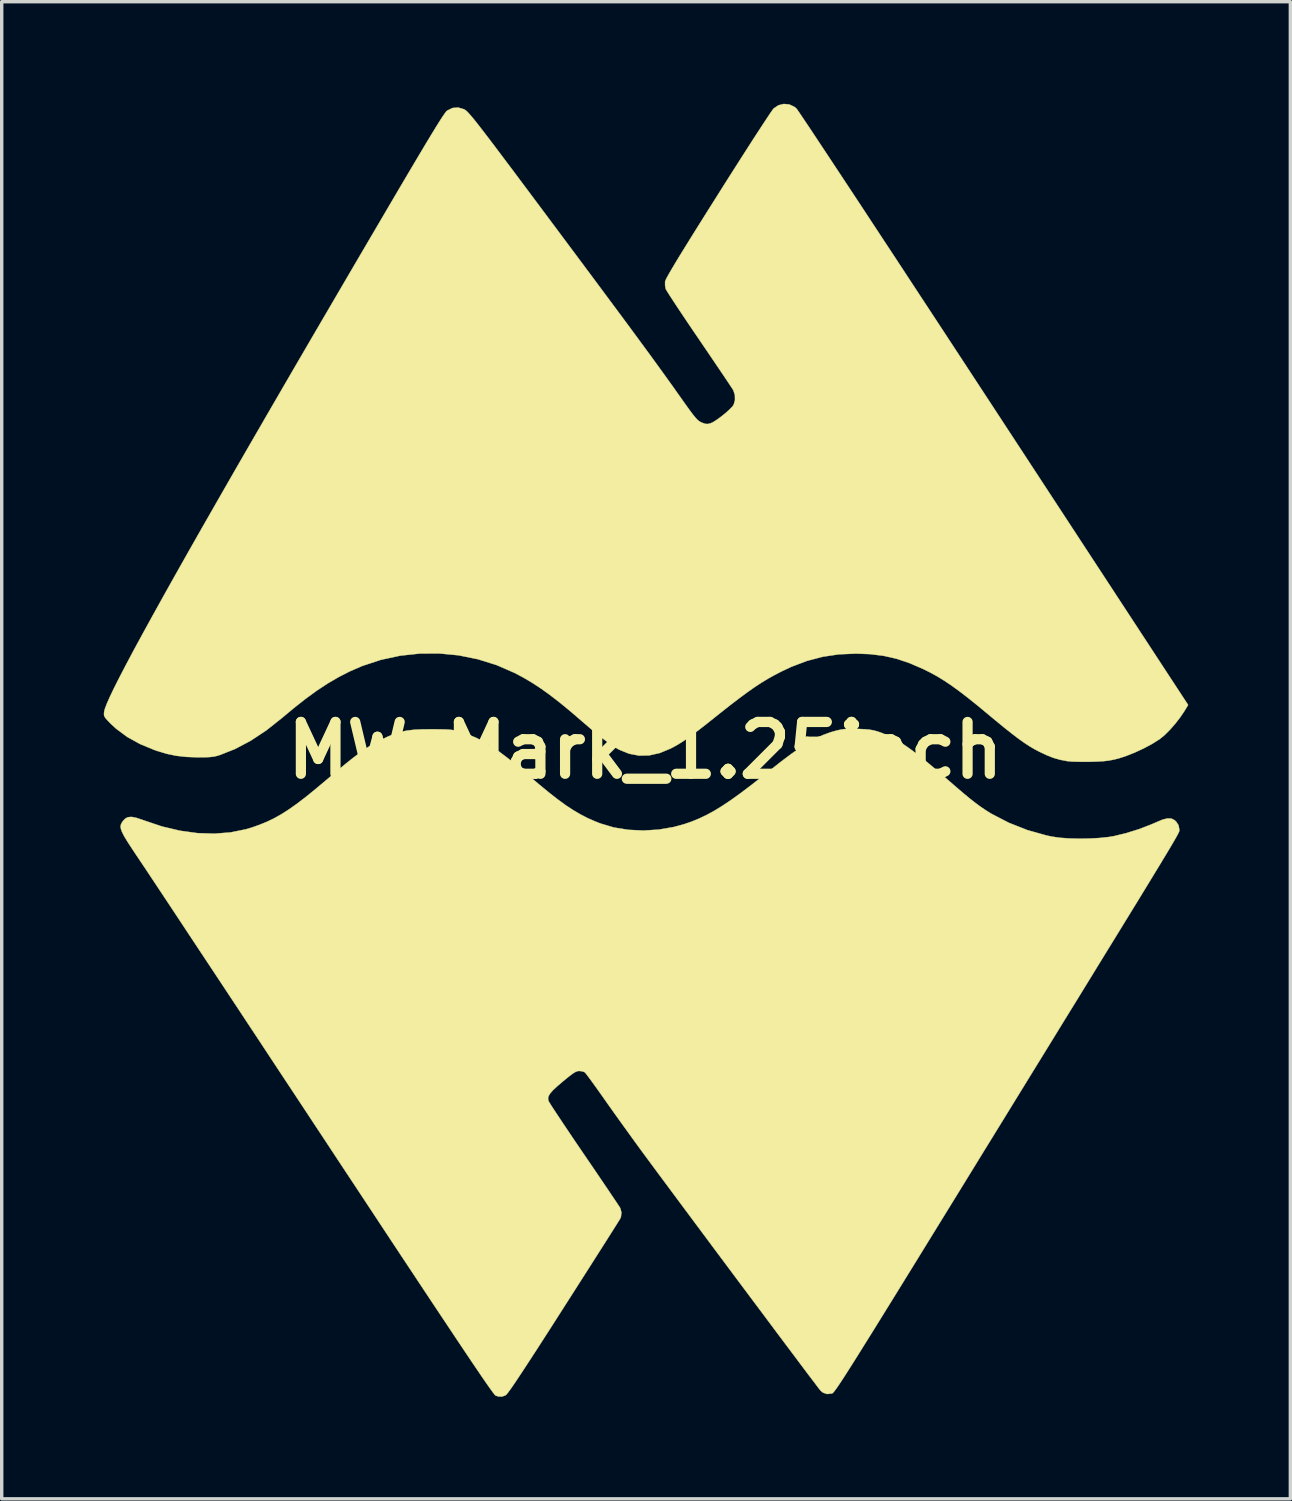
<source format=kicad_pcb>
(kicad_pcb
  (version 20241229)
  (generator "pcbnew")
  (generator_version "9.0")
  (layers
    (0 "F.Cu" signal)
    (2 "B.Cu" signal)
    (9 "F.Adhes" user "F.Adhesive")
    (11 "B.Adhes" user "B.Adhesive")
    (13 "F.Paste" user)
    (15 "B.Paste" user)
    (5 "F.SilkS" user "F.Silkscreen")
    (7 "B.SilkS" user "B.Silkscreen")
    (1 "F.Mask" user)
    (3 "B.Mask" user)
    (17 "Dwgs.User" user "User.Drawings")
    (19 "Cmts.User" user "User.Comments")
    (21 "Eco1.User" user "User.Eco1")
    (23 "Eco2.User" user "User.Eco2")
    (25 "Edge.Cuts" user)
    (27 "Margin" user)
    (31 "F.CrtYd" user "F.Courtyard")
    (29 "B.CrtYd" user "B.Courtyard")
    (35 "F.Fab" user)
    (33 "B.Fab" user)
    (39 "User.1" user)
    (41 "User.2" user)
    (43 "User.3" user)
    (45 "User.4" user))
  (footprint "MW_Mark_1.25inch"
    (layer "F.Cu")
    (at 15.917 19.003)
    (property "Reference" "MW_Mark_1.25inch" (at 0 0 0) (layer "F.SilkS") (effects (font (size 1.524 1.524) (thickness 0.3))))
    (attr through_hole)
    (fp_poly (pts (xy 4.231 -18.983) (xy 4.381 -18.913) (xy 4.439 -18.865) (xy 4.465 -18.831) (xy 4.524 -18.745) (xy 4.615 -18.61) (xy 4.737 -18.428) (xy 4.889 -18.201) (xy 5.068 -17.93) (xy 5.275 -17.618) (xy 5.507 -17.267) (xy 5.764 -16.878) (xy 6.043 -16.455) (xy 6.345 -15.998) (xy 6.666 -15.509) (xy 7.006 -14.992) (xy 7.365 -14.447) (xy 7.739 -13.877) (xy 8.128 -13.284) (xy 8.532 -12.669) (xy 8.947 -12.036) (xy 9.374 -11.385) (xy 9.81 -10.719) (xy 10.249 -10.049) (xy 15.953 -1.334) (xy 15.846 -1.157) (xy 15.723 -0.974) (xy 15.575 -0.783) (xy 15.416 -0.602) (xy 15.258 -0.445) (xy 15.117 -0.329) (xy 15.114 -0.328) (xy 14.898 -0.191) (xy 14.645 -0.056) (xy 14.375 0.069) (xy 14.112 0.173) (xy 13.894 0.242) (xy 13.747 0.277) (xy 13.61 0.302) (xy 13.465 0.319) (xy 13.292 0.329) (xy 13.082 0.336) (xy 12.893 0.338) (xy 12.71 0.335) (xy 12.55 0.33) (xy 12.43 0.321) (xy 12.399 0.317) (xy 12.191 0.277) (xy 11.998 0.222) (xy 11.799 0.144) (xy 11.57 0.036) (xy 11.565 0.033) (xy 11.426 -0.041) (xy 11.284 -0.125) (xy 11.132 -0.225) (xy 10.965 -0.344) (xy 10.775 -0.489) (xy 10.555 -0.663) (xy 10.3 -0.872) (xy 10.093 -1.044) (xy 9.77 -1.312) (xy 9.486 -1.54) (xy 9.233 -1.735) (xy 9.004 -1.901) (xy 8.791 -2.044) (xy 8.588 -2.169) (xy 8.387 -2.28) (xy 8.181 -2.383) (xy 8.175 -2.386) (xy 7.769 -2.562) (xy 7.383 -2.692) (xy 6.999 -2.779) (xy 6.599 -2.828) (xy 6.191 -2.843) (xy 5.69 -2.822) (xy 5.214 -2.751) (xy 4.75 -2.629) (xy 4.286 -2.453) (xy 4 -2.318) (xy 3.798 -2.213) (xy 3.604 -2.105) (xy 3.411 -1.988) (xy 3.211 -1.857) (xy 2.997 -1.706) (xy 2.76 -1.531) (xy 2.493 -1.327) (xy 2.189 -1.087) (xy 2.069 -0.991) (xy 1.805 -0.781) (xy 1.581 -0.606) (xy 1.391 -0.463) (xy 1.227 -0.345) (xy 1.083 -0.248) (xy 0.95 -0.166) (xy 0.821 -0.094) (xy 0.74 -0.052) (xy 0.423 0.079) (xy 0.117 0.148) (xy -0.183 0.155) (xy -0.477 0.099) (xy -0.765 -0.017) (xy -0.91 -0.101) (xy -1.092 -0.227) (xy -1.305 -0.388) (xy -1.543 -0.581) (xy -1.798 -0.799) (xy -1.813 -0.812) (xy -2.171 -1.121) (xy -2.495 -1.388) (xy -2.791 -1.618) (xy -3.069 -1.818) (xy -3.334 -1.991) (xy -3.595 -2.145) (xy -3.846 -2.277) (xy -4.376 -2.508) (xy -4.926 -2.679) (xy -5.49 -2.793) (xy -6.062 -2.848) (xy -6.636 -2.844) (xy -7.207 -2.782) (xy -7.77 -2.661) (xy -8.317 -2.481) (xy -8.683 -2.323) (xy -9.004 -2.159) (xy -9.323 -1.974) (xy -9.646 -1.762) (xy -9.984 -1.516) (xy -10.345 -1.231) (xy -10.679 -0.952) (xy -11.142 -0.585) (xy -11.602 -0.281) (xy -12.058 -0.04) (xy -12.493 0.133) (xy -12.594 0.164) (xy -12.69 0.185) (xy -12.796 0.197) (xy -12.929 0.203) (xy -13.105 0.205) (xy -13.162 0.205) (xy -13.492 0.193) (xy -13.786 0.16) (xy -14.069 0.101) (xy -14.364 0.012) (xy -14.419 -0.007) (xy -14.848 -0.184) (xy -15.225 -0.392) (xy -15.551 -0.633) (xy -15.72 -0.789) (xy -15.815 -0.888) (xy -15.874 -0.957) (xy -15.904 -1.01) (xy -15.912 -1.063) (xy -15.907 -1.129) (xy -15.907 -1.132) (xy -15.882 -1.228) (xy -15.825 -1.377) (xy -15.735 -1.58) (xy -15.612 -1.836) (xy -15.455 -2.147) (xy -15.266 -2.511) (xy -15.044 -2.929) (xy -14.788 -3.4) (xy -14.499 -3.926) (xy -14.178 -4.505) (xy -13.823 -5.139) (xy -13.435 -5.826) (xy -13.014 -6.567) (xy -12.559 -7.362) (xy -12.072 -8.211) (xy -11.551 -9.114) (xy -10.997 -10.071) (xy -10.41 -11.082) (xy -9.789 -12.148) (xy -9.135 -13.267) (xy -8.448 -14.441) (xy -7.728 -15.668) (xy -7.303 -16.392) (xy -7.039 -16.84) (xy -6.805 -17.235) (xy -6.6 -17.58) (xy -6.423 -17.877) (xy -6.271 -18.127) (xy -6.144 -18.335) (xy -6.04 -18.501) (xy -5.958 -18.628) (xy -5.895 -18.719) (xy -5.852 -18.777) (xy -5.827 -18.801) (xy -5.667 -18.879) (xy -5.504 -18.893) (xy -5.336 -18.844) (xy -5.324 -18.838) (xy -5.3 -18.824) (xy -5.272 -18.804) (xy -5.239 -18.775) (xy -5.199 -18.734) (xy -5.149 -18.678) (xy -5.087 -18.606) (xy -5.012 -18.514) (xy -4.921 -18.399) (xy -4.812 -18.259) (xy -4.683 -18.091) (xy -4.532 -17.893) (xy -4.357 -17.661) (xy -4.156 -17.394) (xy -3.926 -17.088) (xy -3.666 -16.74) (xy -3.373 -16.348) (xy -3.046 -15.91) (xy -2.824 -15.612) (xy -2.404 -15.049) (xy -2.019 -14.533) (xy -1.668 -14.062) (xy -1.348 -13.632) (xy -1.057 -13.24) (xy -0.792 -12.883) (xy -0.551 -12.558) (xy -0.332 -12.261) (xy -0.132 -11.989) (xy 0.051 -11.74) (xy 0.22 -11.509) (xy 0.376 -11.293) (xy 0.523 -11.09) (xy 0.662 -10.897) (xy 0.797 -10.709) (xy 0.928 -10.523) (xy 1.053 -10.347) (xy 1.198 -10.143) (xy 1.312 -9.985) (xy 1.402 -9.865) (xy 1.473 -9.779) (xy 1.529 -9.718) (xy 1.578 -9.677) (xy 1.625 -9.648) (xy 1.652 -9.636) (xy 1.75 -9.598) (xy 1.828 -9.591) (xy 1.913 -9.61) (xy 1.997 -9.649) (xy 2.109 -9.722) (xy 2.237 -9.815) (xy 2.364 -9.918) (xy 2.477 -10.02) (xy 2.561 -10.107) (xy 2.596 -10.157) (xy 2.635 -10.292) (xy 2.632 -10.444) (xy 2.587 -10.582) (xy 2.585 -10.586) (xy 2.557 -10.63) (xy 2.496 -10.722) (xy 2.407 -10.856) (xy 2.293 -11.026) (xy 2.156 -11.228) (xy 2.002 -11.456) (xy 1.833 -11.705) (xy 1.654 -11.969) (xy 1.582 -12.075) (xy 1.399 -12.343) (xy 1.227 -12.598) (xy 1.068 -12.835) (xy 0.927 -13.047) (xy 0.807 -13.23) (xy 0.71 -13.379) (xy 0.642 -13.487) (xy 0.604 -13.551) (xy 0.599 -13.563) (xy 0.58 -13.662) (xy 0.58 -13.772) (xy 0.581 -13.779) (xy 0.595 -13.818) (xy 0.629 -13.888) (xy 0.687 -13.993) (xy 0.768 -14.133) (xy 0.874 -14.312) (xy 1.007 -14.531) (xy 1.168 -14.792) (xy 1.358 -15.099) (xy 1.579 -15.452) (xy 1.831 -15.854) (xy 2.117 -16.307) (xy 2.132 -16.331) (xy 2.359 -16.691) (xy 2.579 -17.037) (xy 2.788 -17.365) (xy 2.984 -17.671) (xy 3.164 -17.952) (xy 3.327 -18.202) (xy 3.468 -18.419) (xy 3.586 -18.597) (xy 3.677 -18.734) (xy 3.741 -18.825) (xy 3.772 -18.865) (xy 3.912 -18.959) (xy 4.07 -18.998) (xy 4.231 -18.983)) (stroke (width 0.01) (type solid)) (fill yes) (layer "F.SilkS"))
    (fp_poly (pts (xy 6.152 -0.633) (xy 6.268 -0.629) (xy 6.452 -0.62) (xy 6.593 -0.607) (xy 6.711 -0.586) (xy 6.825 -0.555) (xy 6.93 -0.519) (xy 7.107 -0.447) (xy 7.289 -0.357) (xy 7.481 -0.245) (xy 7.688 -0.108) (xy 7.917 0.058) (xy 8.172 0.258) (xy 8.458 0.495) (xy 8.782 0.773) (xy 8.885 0.862) (xy 9.143 1.086) (xy 9.361 1.272) (xy 9.549 1.427) (xy 9.713 1.555) (xy 9.861 1.664) (xy 10.001 1.758) (xy 10.139 1.845) (xy 10.171 1.864) (xy 10.685 2.13) (xy 11.23 2.345) (xy 11.794 2.503) (xy 11.952 2.536) (xy 12.178 2.569) (xy 12.449 2.589) (xy 12.746 2.597) (xy 13.051 2.592) (xy 13.346 2.576) (xy 13.613 2.548) (xy 13.774 2.521) (xy 14.136 2.433) (xy 14.514 2.315) (xy 14.875 2.176) (xy 15.024 2.111) (xy 15.206 2.035) (xy 15.35 2) (xy 15.463 2.006) (xy 15.555 2.052) (xy 15.602 2.097) (xy 15.672 2.203) (xy 15.692 2.316) (xy 15.693 2.327) (xy 15.694 2.336) (xy 15.696 2.344) (xy 15.696 2.353) (xy 15.694 2.366) (xy 15.689 2.383) (xy 15.679 2.406) (xy 15.664 2.438) (xy 15.643 2.479) (xy 15.614 2.532) (xy 15.577 2.598) (xy 15.53 2.679) (xy 15.473 2.776) (xy 15.405 2.892) (xy 15.323 3.028) (xy 15.228 3.185) (xy 15.119 3.367) (xy 14.993 3.573) (xy 14.851 3.806) (xy 14.691 4.068) (xy 14.513 4.36) (xy 14.314 4.684) (xy 14.095 5.041) (xy 13.854 5.434) (xy 13.589 5.864) (xy 13.301 6.333) (xy 12.988 6.843) (xy 12.649 7.395) (xy 12.282 7.99) (xy 11.888 8.632) (xy 11.464 9.32) (xy 11.01 10.058) (xy 10.525 10.847) (xy 10.007 11.688) (xy 9.994 11.708) (xy 9.539 12.449) (xy 9.115 13.138) (xy 8.722 13.776) (xy 8.359 14.365) (xy 8.025 14.908) (xy 7.718 15.406) (xy 7.437 15.861) (xy 7.181 16.275) (xy 6.948 16.651) (xy 6.739 16.989) (xy 6.55 17.292) (xy 6.382 17.561) (xy 6.233 17.8) (xy 6.102 18.008) (xy 5.987 18.189) (xy 5.888 18.345) (xy 5.803 18.476) (xy 5.731 18.586) (xy 5.671 18.676) (xy 5.621 18.747) (xy 5.581 18.803) (xy 5.549 18.844) (xy 5.525 18.872) (xy 5.506 18.891) (xy 5.492 18.9) (xy 5.487 18.902) (xy 5.342 18.919) (xy 5.218 18.876) (xy 5.148 18.816) (xy 5.12 18.781) (xy 5.056 18.697) (xy 4.96 18.57) (xy 4.833 18.403) (xy 4.679 18.199) (xy 4.501 17.961) (xy 4.301 17.694) (xy 4.081 17.401) (xy 3.844 17.085) (xy 3.594 16.75) (xy 3.332 16.399) (xy 3.061 16.037) (xy 2.784 15.667) (xy 2.504 15.291) (xy 2.223 14.915) (xy 1.944 14.541) (xy 1.67 14.172) (xy 1.403 13.814) (xy 1.146 13.468) (xy 0.901 13.139) (xy 0.672 12.83) (xy 0.46 12.545) (xy 0.269 12.287) (xy 0.101 12.06) (xy -0.041 11.868) (xy -0.108 11.777) (xy -0.288 11.53) (xy -0.489 11.252) (xy -0.698 10.962) (xy -0.903 10.676) (xy -1.091 10.411) (xy -1.205 10.249) (xy -1.342 10.055) (xy -1.469 9.877) (xy -1.581 9.722) (xy -1.673 9.597) (xy -1.74 9.509) (xy -1.777 9.465) (xy -1.78 9.462) (xy -1.845 9.436) (xy -1.936 9.423) (xy -1.942 9.423) (xy -1.993 9.429) (xy -2.049 9.45) (xy -2.12 9.492) (xy -2.215 9.562) (xy -2.344 9.665) (xy -2.419 9.727) (xy -2.591 9.874) (xy -2.716 9.991) (xy -2.799 10.086) (xy -2.845 10.164) (xy -2.859 10.234) (xy -2.847 10.301) (xy -2.844 10.309) (xy -2.82 10.351) (xy -2.764 10.441) (xy -2.678 10.573) (xy -2.566 10.742) (xy -2.432 10.944) (xy -2.278 11.173) (xy -2.109 11.425) (xy -1.927 11.693) (xy -1.792 11.891) (xy -1.603 12.168) (xy -1.424 12.431) (xy -1.259 12.675) (xy -1.11 12.894) (xy -0.982 13.085) (xy -0.877 13.241) (xy -0.799 13.358) (xy -0.751 13.431) (xy -0.737 13.454) (xy -0.703 13.579) (xy -0.717 13.712) (xy -0.737 13.76) (xy -0.759 13.797) (xy -0.813 13.883) (xy -0.896 14.015) (xy -1.006 14.189) (xy -1.141 14.402) (xy -1.298 14.649) (xy -1.475 14.927) (xy -1.669 15.232) (xy -1.878 15.559) (xy -2.099 15.906) (xy -2.331 16.268) (xy -2.395 16.369) (xy -2.689 16.829) (xy -2.951 17.237) (xy -3.182 17.596) (xy -3.384 17.907) (xy -3.558 18.173) (xy -3.705 18.396) (xy -3.827 18.579) (xy -3.925 18.723) (xy -4.002 18.83) (xy -4.058 18.904) (xy -4.095 18.945) (xy -4.108 18.955) (xy -4.213 18.994) (xy -4.317 18.99) (xy -4.399 18.966) (xy -4.414 18.952) (xy -4.443 18.918) (xy -4.487 18.861) (xy -4.546 18.78) (xy -4.622 18.673) (xy -4.715 18.539) (xy -4.827 18.376) (xy -4.958 18.183) (xy -5.11 17.958) (xy -5.284 17.699) (xy -5.48 17.406) (xy -5.7 17.076) (xy -5.945 16.708) (xy -6.216 16.301) (xy -6.514 15.852) (xy -6.839 15.361) (xy -7.194 14.826) (xy -7.578 14.245) (xy -7.993 13.616) (xy -8.44 12.939) (xy -8.921 12.212) (xy -9.361 11.544) (xy -9.78 10.91) (xy -10.193 10.283) (xy -10.6 9.668) (xy -10.998 9.065) (xy -11.385 8.478) (xy -11.761 7.909) (xy -12.123 7.361) (xy -12.47 6.836) (xy -12.801 6.336) (xy -13.113 5.865) (xy -13.405 5.424) (xy -13.675 5.015) (xy -13.921 4.643) (xy -14.143 4.308) (xy -14.338 4.014) (xy -14.505 3.762) (xy -14.642 3.556) (xy -14.747 3.398) (xy -14.819 3.291) (xy -14.826 3.281) (xy -14.999 3.023) (xy -15.138 2.812) (xy -15.247 2.642) (xy -15.327 2.506) (xy -15.381 2.398) (xy -15.412 2.314) (xy -15.423 2.246) (xy -15.416 2.189) (xy -15.393 2.137) (xy -15.358 2.084) (xy -15.354 2.078) (xy -15.284 2.004) (xy -15.203 1.964) (xy -15.1 1.956) (xy -14.966 1.982) (xy -14.789 2.04) (xy -14.734 2.06) (xy -14.205 2.238) (xy -13.68 2.362) (xy -13.167 2.433) (xy -12.669 2.449) (xy -12.191 2.412) (xy -11.739 2.32) (xy -11.57 2.27) (xy -11.34 2.188) (xy -11.123 2.1) (xy -10.913 1.999) (xy -10.702 1.881) (xy -10.484 1.742) (xy -10.25 1.577) (xy -9.994 1.382) (xy -9.709 1.151) (xy -9.387 0.881) (xy -9.334 0.837) (xy -9.047 0.593) (xy -8.798 0.387) (xy -8.583 0.216) (xy -8.393 0.073) (xy -8.222 -0.047) (xy -8.064 -0.148) (xy -7.911 -0.236) (xy -7.782 -0.302) (xy -7.562 -0.407) (xy -7.368 -0.486) (xy -7.185 -0.543) (xy -6.998 -0.582) (xy -6.792 -0.606) (xy -6.551 -0.617) (xy -6.286 -0.619) (xy -6.071 -0.618) (xy -5.907 -0.615) (xy -5.78 -0.609) (xy -5.678 -0.599) (xy -5.587 -0.582) (xy -5.496 -0.559) (xy -5.395 -0.529) (xy -5.177 -0.455) (xy -4.965 -0.365) (xy -4.753 -0.256) (xy -4.532 -0.123) (xy -4.297 0.038) (xy -4.039 0.233) (xy -3.752 0.466) (xy -3.452 0.721) (xy -3.124 1.001) (xy -2.833 1.24) (xy -2.573 1.443) (xy -2.336 1.616) (xy -2.115 1.761) (xy -1.903 1.885) (xy -1.694 1.993) (xy -1.479 2.087) (xy -1.323 2.149) (xy -0.927 2.267) (xy -0.502 2.336) (xy -0.058 2.357) (xy 0.392 2.33) (xy 0.836 2.253) (xy 1.127 2.174) (xy 1.351 2.098) (xy 1.57 2.009) (xy 1.79 1.905) (xy 2.017 1.782) (xy 2.257 1.635) (xy 2.516 1.462) (xy 2.8 1.258) (xy 3.116 1.019) (xy 3.469 0.742) (xy 3.652 0.597) (xy 3.988 0.332) (xy 4.286 0.108) (xy 4.552 -0.078) (xy 4.793 -0.231) (xy 5.016 -0.354) (xy 5.227 -0.452) (xy 5.433 -0.528) (xy 5.61 -0.579) (xy 5.739 -0.608) (xy 5.859 -0.626) (xy 5.99 -0.633) (xy 6.152 -0.633)) (stroke (width 0.01) (type solid)) (fill yes) (layer "F.SilkS")))
  (gr_rect
    (start -3 -3)
    (end 34.875 41.002)
    (stroke (width 0.1) (type default))
    (fill no)
    (layer "Edge.Cuts")))
</source>
